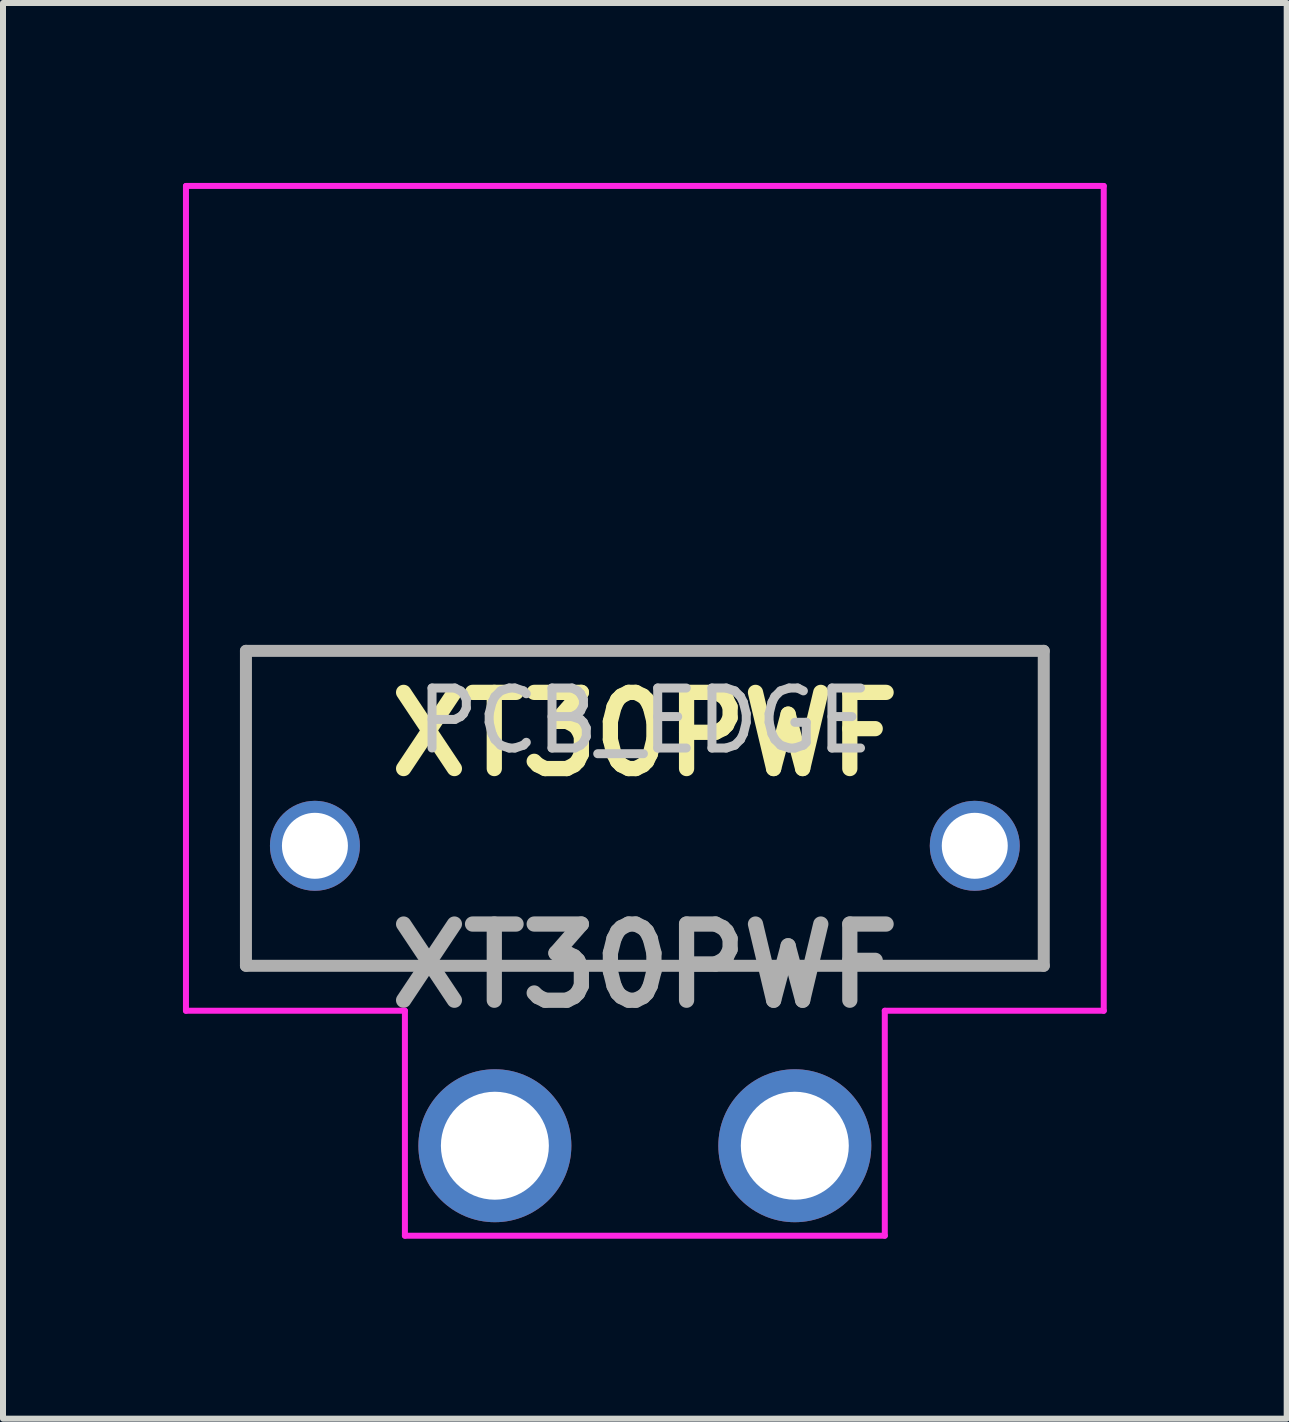
<source format=kicad_pcb>
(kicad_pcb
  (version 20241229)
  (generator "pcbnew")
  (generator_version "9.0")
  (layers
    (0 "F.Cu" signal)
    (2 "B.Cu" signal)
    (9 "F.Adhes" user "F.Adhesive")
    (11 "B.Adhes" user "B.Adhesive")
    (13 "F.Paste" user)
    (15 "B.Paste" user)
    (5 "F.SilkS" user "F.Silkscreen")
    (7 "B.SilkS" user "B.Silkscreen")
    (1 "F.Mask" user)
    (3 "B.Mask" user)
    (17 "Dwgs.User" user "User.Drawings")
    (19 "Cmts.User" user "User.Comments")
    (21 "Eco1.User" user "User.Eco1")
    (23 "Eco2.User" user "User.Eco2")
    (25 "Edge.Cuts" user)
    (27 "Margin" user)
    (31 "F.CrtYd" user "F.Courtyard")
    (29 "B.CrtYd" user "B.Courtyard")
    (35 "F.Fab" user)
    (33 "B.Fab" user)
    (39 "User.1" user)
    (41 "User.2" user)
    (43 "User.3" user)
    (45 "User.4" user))
  (footprint "XT30PWF"
    (layer "F.Cu")
    (at 5.2 16.05)
    (property "Reference" "XT30PWF" (at 2.5 -6.862 0) (layer "F.SilkS") (effects (font (size 1.27 1.27) (thickness 0.254))))
    (attr through_hole)
    (fp_line (start -5.15 -16) (end 10.15 -16) (stroke (width 0.1) (type solid)) (layer "F.CrtYd"))
    (fp_line (start -5.15 -2.25) (end -5.15 -16) (stroke (width 0.1) (type solid)) (layer "F.CrtYd"))
    (fp_line (start -5.15 -2.25) (end -1.5 -2.25) (stroke (width 0.1) (type solid)) (layer "F.CrtYd"))
    (fp_line (start -1.5 1.5) (end -1.5 -2.25) (stroke (width 0.1) (type solid)) (layer "F.CrtYd"))
    (fp_line (start 6.5 -2.25) (end 6.5 1.5) (stroke (width 0.1) (type solid)) (layer "F.CrtYd"))
    (fp_line (start 6.5 1.5) (end -1.5 1.5) (stroke (width 0.1) (type solid)) (layer "F.CrtYd"))
    (fp_line (start 10.15 -16) (end 10.15 -2.25) (stroke (width 0.1) (type solid)) (layer "F.CrtYd"))
    (fp_line (start 10.15 -2.25) (end 6.5 -2.25) (stroke (width 0.1) (type solid)) (layer "F.CrtYd"))
    (fp_line (start -4.15 -8.25) (end 9.15 -8.25) (stroke (width 0.2) (type solid)) (layer "F.Fab"))
    (fp_line (start -4.15 -3) (end -4.15 -8.25) (stroke (width 0.2) (type solid)) (layer "F.Fab"))
    (fp_line (start 9.15 -8.25) (end 9.15 -3) (stroke (width 0.2) (type solid)) (layer "F.Fab"))
    (fp_line (start 9.15 -3) (end -4.15 -3) (stroke (width 0.2) (type solid)) (layer "F.Fab"))
    (fp_text user "PCB_EDGE" (at 2.5 -6.5 0) (unlocked yes) (layer "Dwgs.User") (effects (font (size 1 1) (thickness 0.15)) (justify bottom)))
    (fp_text user "${REFERENCE}" (at 2.5 -3 0) (layer "F.Fab") (effects (font (size 1.27 1.27) (thickness 0.254))))
    (pad "1" thru_hole circle (at 0 0) (size 2.55 2.55) (drill 1.8) (layers "*.Cu" "*.Mask"))
    (pad "2" thru_hole circle (at 5 0) (size 2.55 2.55) (drill 1.8) (layers "*.Cu" "*.Mask"))
    (pad "3" thru_hole circle (at -3 -5) (size 1.5 1.5) (drill 1.1) (layers "*.Cu" "*.Mask"))
    (pad "4" thru_hole circle (at 8 -5) (size 1.5 1.5) (drill 1.1) (layers "*.Cu" "*.Mask")))
  (gr_rect
    (start -3 -3)
    (end 18.4 20.6)
    (stroke (width 0.1) (type default))
    (fill no)
    (layer "Edge.Cuts")))
</source>
